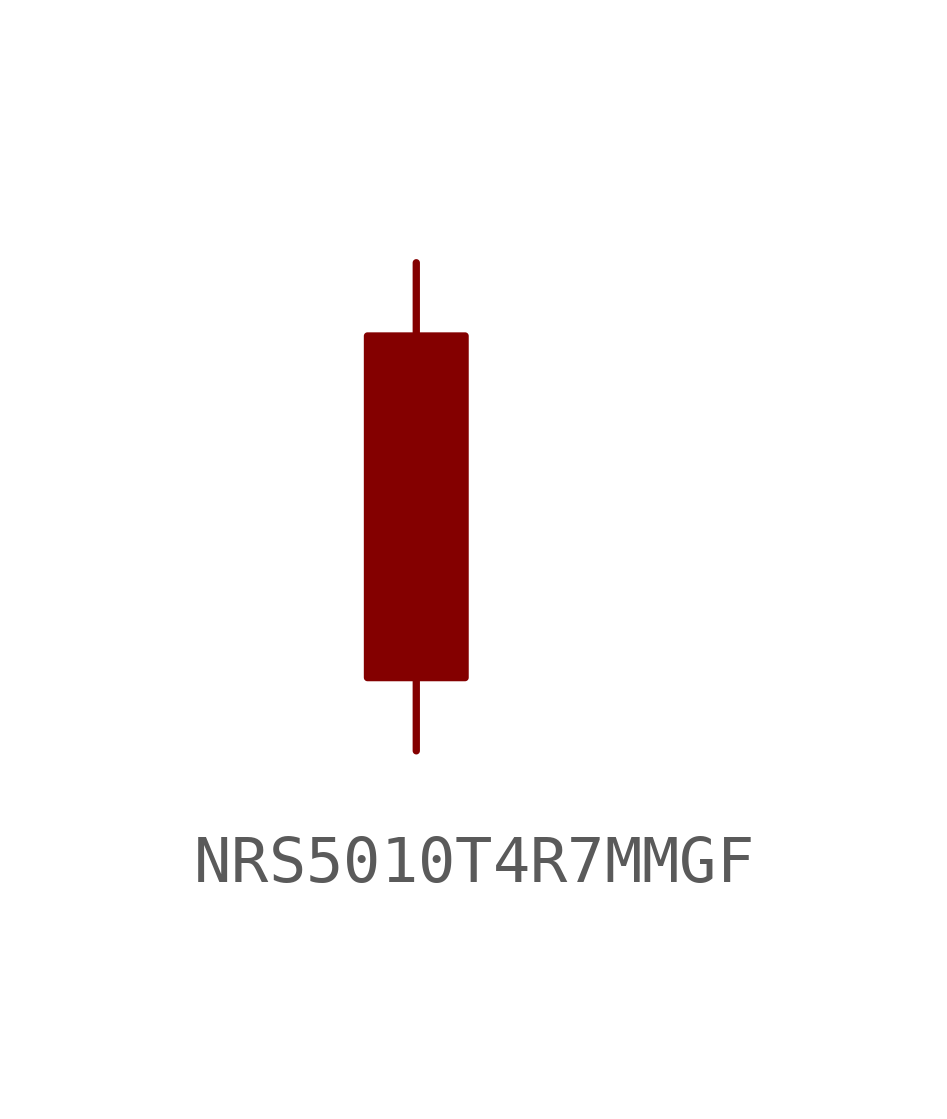
<source format=kicad_sym>
(kicad_symbol_lib
  (version 20220914)
  (generator kicad_symbol_editor)
  (symbol "NRS5010T4R7MMGF"
    (property "Reference" ""
      (at -1.499 -3.81 90)
      (effects (font (size 1.778 1.511)) (justify left bottom) hide))
    (property "Value" ""
      (at 3.302 -3.81 90)
      (effects (font (size 1.778 1.511)) (justify left bottom)))
    (property "ki_locked" ""
      (at 0 0 0)
      (effects (font (size 1.27 1.27))))
    (symbol "NRS5010T4R7MMGF_1_0"
      (rectangle (start -1.016 -3.556) (end 1.016 3.556) (stroke (width 0) (type default)) (fill (type outline)))
      (pin passive line (at 0 5.08 270) (length 2.54) (name "1" (effects (font (size 0 0)))) (number "1" (effects (font (size 0 0)))))
      (pin passive line (at 0 -5.08 90) (length 2.54) (name "2" (effects (font (size 0 0)))) (number "2" (effects (font (size 0 0))))))))
</source>
